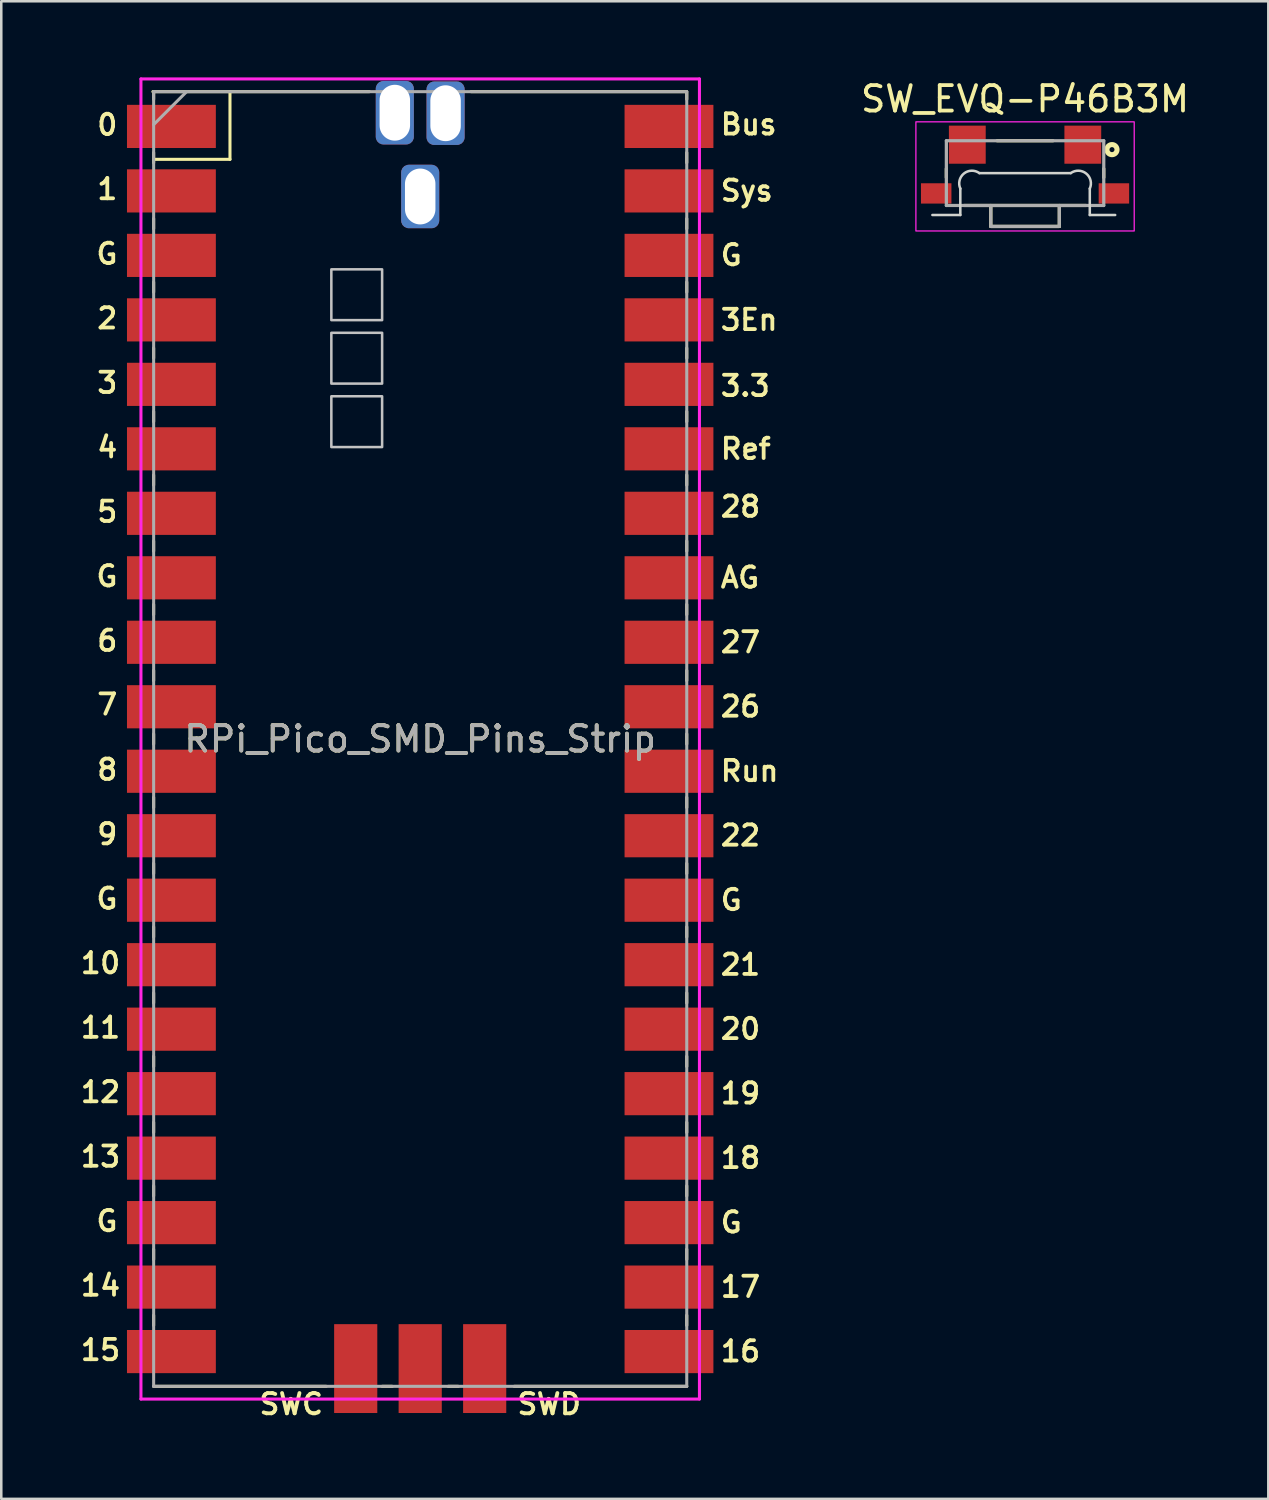
<source format=kicad_pcb>
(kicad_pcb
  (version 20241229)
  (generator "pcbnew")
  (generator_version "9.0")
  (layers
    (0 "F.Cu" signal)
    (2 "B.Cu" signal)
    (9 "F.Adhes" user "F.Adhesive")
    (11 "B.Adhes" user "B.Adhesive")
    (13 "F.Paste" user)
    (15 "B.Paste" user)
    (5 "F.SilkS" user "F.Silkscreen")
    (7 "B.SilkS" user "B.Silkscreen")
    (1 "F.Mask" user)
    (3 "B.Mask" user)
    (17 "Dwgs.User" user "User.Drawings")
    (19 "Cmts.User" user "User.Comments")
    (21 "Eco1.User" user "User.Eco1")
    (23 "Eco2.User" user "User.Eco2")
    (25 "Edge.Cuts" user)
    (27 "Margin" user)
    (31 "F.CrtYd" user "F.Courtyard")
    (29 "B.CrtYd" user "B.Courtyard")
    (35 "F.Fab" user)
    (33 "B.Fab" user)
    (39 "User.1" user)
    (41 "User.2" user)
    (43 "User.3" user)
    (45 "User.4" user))
  (footprint "SW_EVQ-P46B3M"
    (layer "F.Cu")
    (at 37.328 4.149)
    (property "Reference" "SW_EVQ-P46B3M" (at 0.00001 -3.3 0) (layer "F.SilkS") (effects (font (size 1.001 1.001) (thickness 0.15))))
    (attr smd)
    (fp_line (start -3.1 -0.205) (end -3.1 -0.555) (stroke (width 0.127) (type solid)) (layer "F.SilkS"))
    (fp_line (start -2.4 0.895) (end 2.4 0.895) (stroke (width 0.127) (type solid)) (layer "F.SilkS"))
    (fp_line (start -1.35 0.945) (end -1.35 1.72) (stroke (width 0.127) (type solid)) (layer "F.SilkS"))
    (fp_line (start -1.35 1.72) (end 1.35 1.72) (stroke (width 0.127) (type solid)) (layer "F.SilkS"))
    (fp_line (start -1.1 -1.655) (end 1.1 -1.655) (stroke (width 0.127) (type solid)) (layer "F.SilkS"))
    (fp_line (start 1.35 1.72) (end 1.35 0.945) (stroke (width 0.127) (type solid)) (layer "F.SilkS"))
    (fp_line (start 3.1 -0.205) (end 3.1 -0.555) (stroke (width 0.127) (type solid)) (layer "F.SilkS"))
    (fp_circle (center 3.424 -1.305) (end 3.523 -1.305) (stroke (width 0.2) (type solid)) (fill no) (layer "F.SilkS"))
    (fp_line (start -3.65 1.27) (end -2.55 1.27) (stroke (width 0.1) (type solid)) (layer "Edge.Cuts"))
    (fp_line (start -2.55 1.27) (end -2.55 0.23) (stroke (width 0.1) (type solid)) (layer "Edge.Cuts"))
    (fp_line (start -1.8 -0.38) (end 1.8 -0.38) (stroke (width 0.1) (type solid)) (layer "Edge.Cuts"))
    (fp_line (start 2.55 0.23) (end 2.55 1.27) (stroke (width 0.1) (type solid)) (layer "Edge.Cuts"))
    (fp_line (start 2.55 1.27) (end 3.55 1.27) (stroke (width 0.1) (type solid)) (layer "Edge.Cuts"))
    (fp_arc (start -2.549998 0.23) (mid -2.409034 -0.362746) (end -1.800001 -0.379999) (stroke (width 0.1) (type solid)) (layer "Edge.Cuts"))
    (fp_arc (start 1.799995 -0.380007) (mid 2.409033 -0.362751) (end 2.55 0.23) (stroke (width 0.1) (type solid)) (layer "Edge.Cuts"))
    (fp_rect (start -4.3 -2.4) (end 4.3 1.9) (stroke (width 0.05) (type default)) (fill no) (layer "F.CrtYd"))
    (fp_line (start -3.1 -1.655) (end 3.1 -1.655) (stroke (width 0.127) (type solid)) (layer "F.Fab"))
    (fp_line (start -3.1 0.895) (end -3.1 -1.655) (stroke (width 0.127) (type solid)) (layer "F.Fab"))
    (fp_line (start -1.35 1.72) (end -1.35 0.895) (stroke (width 0.127) (type solid)) (layer "F.Fab"))
    (fp_line (start 1.35 0.895) (end 1.35 1.72) (stroke (width 0.127) (type solid)) (layer "F.Fab"))
    (fp_line (start 1.35 1.72) (end -1.35 1.72) (stroke (width 0.127) (type solid)) (layer "F.Fab"))
    (fp_line (start 3.1 -1.655) (end 3.1 0.895) (stroke (width 0.127) (type solid)) (layer "F.Fab"))
    (fp_line (start 3.1 0.895) (end -3.1 0.895) (stroke (width 0.127) (type solid)) (layer "F.Fab"))
    (pad "1" smd rect (at 2.275 -1.5) (size 1.45 1.5) (layers "F.Cu" "F.Mask" "F.Paste"))
    (pad "2" smd rect (at -2.275 -1.5) (size 1.45 1.5) (layers "F.Cu" "F.Mask" "F.Paste"))
    (pad "MP" smd rect (at -3.5 0.42) (size 1.2 0.8) (layers "F.Cu" "F.Mask" "F.Paste"))
    (pad "MP" smd rect (at 3.5 0.42) (size 1.2 0.8) (layers "F.Cu" "F.Mask" "F.Paste")))
  (footprint "RPi_Pico_SMD_Pins_Strip"
    (layer "F.Cu")
    (at 13.502 26.06)
    (property "Reference" "RPi_Pico_SMD_Pins_Strip" (at 0 0 0) (layer "F.SilkS") (effects (font (size 1 1) (thickness 0.15))))
    (attr smd)
    (fp_line (start -10.5 -25.5) (end -10.5 -25.2) (stroke (width 0.12) (type solid)) (layer "F.SilkS"))
    (fp_line (start -10.5 -23.1) (end -10.5 -22.7) (stroke (width 0.12) (type solid)) (layer "F.SilkS"))
    (fp_line (start -10.5 -22.833) (end -7.493 -22.833) (stroke (width 0.12) (type solid)) (layer "F.SilkS"))
    (fp_line (start -10.5 -20.5) (end -10.5 -20.1) (stroke (width 0.12) (type solid)) (layer "F.SilkS"))
    (fp_line (start -10.5 -18) (end -10.5 -17.6) (stroke (width 0.12) (type solid)) (layer "F.SilkS"))
    (fp_line (start -10.5 -15.4) (end -10.5 -15) (stroke (width 0.12) (type solid)) (layer "F.SilkS"))
    (fp_line (start -10.5 -12.9) (end -10.5 -12.5) (stroke (width 0.12) (type solid)) (layer "F.SilkS"))
    (fp_line (start -10.5 -10.4) (end -10.5 -10) (stroke (width 0.12) (type solid)) (layer "F.SilkS"))
    (fp_line (start -10.5 -7.8) (end -10.5 -7.4) (stroke (width 0.12) (type solid)) (layer "F.SilkS"))
    (fp_line (start -10.5 -5.3) (end -10.5 -4.9) (stroke (width 0.12) (type solid)) (layer "F.SilkS"))
    (fp_line (start -10.5 -2.7) (end -10.5 -2.3) (stroke (width 0.12) (type solid)) (layer "F.SilkS"))
    (fp_line (start -10.5 -0.2) (end -10.5 0.2) (stroke (width 0.12) (type solid)) (layer "F.SilkS"))
    (fp_line (start -10.5 2.3) (end -10.5 2.7) (stroke (width 0.12) (type solid)) (layer "F.SilkS"))
    (fp_line (start -10.5 4.9) (end -10.5 5.3) (stroke (width 0.12) (type solid)) (layer "F.SilkS"))
    (fp_line (start -10.5 7.4) (end -10.5 7.8) (stroke (width 0.12) (type solid)) (layer "F.SilkS"))
    (fp_line (start -10.5 10) (end -10.5 10.4) (stroke (width 0.12) (type solid)) (layer "F.SilkS"))
    (fp_line (start -10.5 12.5) (end -10.5 12.9) (stroke (width 0.12) (type solid)) (layer "F.SilkS"))
    (fp_line (start -10.5 15.1) (end -10.5 15.5) (stroke (width 0.12) (type solid)) (layer "F.SilkS"))
    (fp_line (start -10.5 17.6) (end -10.5 18) (stroke (width 0.12) (type solid)) (layer "F.SilkS"))
    (fp_line (start -10.5 20.1) (end -10.5 20.5) (stroke (width 0.12) (type solid)) (layer "F.SilkS"))
    (fp_line (start -10.5 22.7) (end -10.5 23.1) (stroke (width 0.12) (type solid)) (layer "F.SilkS"))
    (fp_line (start -7.493 -22.833) (end -7.493 -25.5) (stroke (width 0.12) (type solid)) (layer "F.SilkS"))
    (fp_line (start -3.7 25.5) (end -10.5 25.5) (stroke (width 0.12) (type solid)) (layer "F.SilkS"))
    (fp_line (start -2 -25.5) (end -10.53 -25.5) (stroke (width 0.12) (type solid)) (layer "F.SilkS"))
    (fp_line (start -1.5 25.5) (end -1.1 25.5) (stroke (width 0.12) (type solid)) (layer "F.SilkS"))
    (fp_line (start 1.1 25.5) (end 1.5 25.5) (stroke (width 0.12) (type solid)) (layer "F.SilkS"))
    (fp_line (start 10.47 -25.5) (end 2 -25.5) (stroke (width 0.12) (type solid)) (layer "F.SilkS"))
    (fp_line (start 10.5 -25.5) (end 10.5 -25.2) (stroke (width 0.12) (type solid)) (layer "F.SilkS"))
    (fp_line (start 10.5 -23.1) (end 10.5 -22.7) (stroke (width 0.12) (type solid)) (layer "F.SilkS"))
    (fp_line (start 10.5 -20.5) (end 10.5 -20.1) (stroke (width 0.12) (type solid)) (layer "F.SilkS"))
    (fp_line (start 10.5 -18) (end 10.5 -17.6) (stroke (width 0.12) (type solid)) (layer "F.SilkS"))
    (fp_line (start 10.5 -15.4) (end 10.5 -15) (stroke (width 0.12) (type solid)) (layer "F.SilkS"))
    (fp_line (start 10.5 -12.9) (end 10.5 -12.5) (stroke (width 0.12) (type solid)) (layer "F.SilkS"))
    (fp_line (start 10.5 -10.4) (end 10.5 -10) (stroke (width 0.12) (type solid)) (layer "F.SilkS"))
    (fp_line (start 10.5 -7.8) (end 10.5 -7.4) (stroke (width 0.12) (type solid)) (layer "F.SilkS"))
    (fp_line (start 10.5 -5.3) (end 10.5 -4.9) (stroke (width 0.12) (type solid)) (layer "F.SilkS"))
    (fp_line (start 10.5 -2.7) (end 10.5 -2.3) (stroke (width 0.12) (type solid)) (layer "F.SilkS"))
    (fp_line (start 10.5 -0.2) (end 10.5 0.2) (stroke (width 0.12) (type solid)) (layer "F.SilkS"))
    (fp_line (start 10.5 2.3) (end 10.5 2.7) (stroke (width 0.12) (type solid)) (layer "F.SilkS"))
    (fp_line (start 10.5 4.9) (end 10.5 5.3) (stroke (width 0.12) (type solid)) (layer "F.SilkS"))
    (fp_line (start 10.5 7.4) (end 10.5 7.8) (stroke (width 0.12) (type solid)) (layer "F.SilkS"))
    (fp_line (start 10.5 10) (end 10.5 10.4) (stroke (width 0.12) (type solid)) (layer "F.SilkS"))
    (fp_line (start 10.5 12.5) (end 10.5 12.9) (stroke (width 0.12) (type solid)) (layer "F.SilkS"))
    (fp_line (start 10.5 15.1) (end 10.5 15.5) (stroke (width 0.12) (type solid)) (layer "F.SilkS"))
    (fp_line (start 10.5 17.6) (end 10.5 18) (stroke (width 0.12) (type solid)) (layer "F.SilkS"))
    (fp_line (start 10.5 20.1) (end 10.5 20.5) (stroke (width 0.12) (type solid)) (layer "F.SilkS"))
    (fp_line (start 10.5 22.7) (end 10.5 23.1) (stroke (width 0.12) (type solid)) (layer "F.SilkS"))
    (fp_line (start 10.5 25.5) (end 3.7 25.5) (stroke (width 0.12) (type solid)) (layer "F.SilkS"))
    (fp_poly (pts (xy -1.5 -16.5) (xy -3.5 -16.5) (xy -3.5 -18.5) (xy -1.5 -18.5)) (stroke (width 0.1) (type solid)) (fill no) (layer "Dwgs.User"))
    (fp_poly (pts (xy -1.5 -14) (xy -3.5 -14) (xy -3.5 -16) (xy -1.5 -16)) (stroke (width 0.1) (type solid)) (fill no) (layer "Dwgs.User"))
    (fp_poly (pts (xy -1.5 -11.5) (xy -3.5 -11.5) (xy -3.5 -13.5) (xy -1.5 -13.5)) (stroke (width 0.1) (type solid)) (fill no) (layer "Dwgs.User"))
    (fp_line (start -11 -26) (end 11 -26) (stroke (width 0.12) (type solid)) (layer "F.CrtYd"))
    (fp_line (start -11 26) (end -11 -26) (stroke (width 0.12) (type solid)) (layer "F.CrtYd"))
    (fp_line (start 11 -26) (end 11 26) (stroke (width 0.12) (type solid)) (layer "F.CrtYd"))
    (fp_line (start 11 26) (end -11 26) (stroke (width 0.12) (type solid)) (layer "F.CrtYd"))
    (fp_line (start -10.5 -25.5) (end 10.5 -25.5) (stroke (width 0.12) (type solid)) (layer "F.Fab"))
    (fp_line (start -10.5 -24.2) (end -9.2 -25.5) (stroke (width 0.12) (type solid)) (layer "F.Fab"))
    (fp_line (start -10.5 25.5) (end -10.5 -25.5) (stroke (width 0.12) (type solid)) (layer "F.Fab"))
    (fp_line (start 10.5 -25.5) (end 10.5 25.5) (stroke (width 0.12) (type solid)) (layer "F.Fab"))
    (fp_line (start 10.5 25.5) (end -10.5 25.5) (stroke (width 0.12) (type solid)) (layer "F.Fab"))
    (fp_text user "9" (at -12.326 3.749 0) (layer "F.SilkS") (effects (font (size 0.8 0.8) (thickness 0.15))))
    (fp_text user "G" (at 12.253 19.04 0) (layer "F.SilkS") (effects (font (size 0.8 0.8) (thickness 0.15))))
    (fp_text user "G" (at -12.339 -6.411 0) (layer "F.SilkS") (effects (font (size 0.8 0.8) (thickness 0.15))))
    (fp_text user "16" (at 12.615 24.12 0) (layer "F.SilkS") (effects (font (size 0.8 0.8) (thickness 0.15))))
    (fp_text user "G" (at -12.339 -19.111 0) (layer "F.SilkS") (effects (font (size 0.8 0.8) (thickness 0.15))))
    (fp_text user "8" (at -12.326 1.209 0) (layer "F.SilkS") (effects (font (size 0.8 0.8) (thickness 0.15))))
    (fp_text user "3.3" (at 12.805 -13.91 0) (layer "F.SilkS") (effects (font (size 0.8 0.8) (thickness 0.15))))
    (fp_text user "0" (at -12.326 -24.191 0) (layer "F.SilkS") (effects (font (size 0.8 0.8) (thickness 0.15))))
    (fp_text user "Ref" (at 12.824 -11.43 0) (layer "F.SilkS") (effects (font (size 0.8 0.8) (thickness 0.15))))
    (fp_text user "27" (at 12.615 -3.81 0) (layer "F.SilkS") (effects (font (size 0.8 0.8) (thickness 0.15))))
    (fp_text user "Sys" (at 12.862 -21.6 0) (layer "F.SilkS") (effects (font (size 0.8 0.8) (thickness 0.15))))
    (fp_text user "2" (at -12.326 -16.571 0) (layer "F.SilkS") (effects (font (size 0.8 0.8) (thickness 0.15))))
    (fp_text user "5" (at -12.326 -8.951 0) (layer "F.SilkS") (effects (font (size 0.8 0.8) (thickness 0.15))))
    (fp_text user "12" (at -12.595 13.909 0) (layer "F.SilkS") (effects (font (size 0.8 0.8) (thickness 0.15))))
    (fp_text user "6" (at -12.326 -3.871 0) (layer "F.SilkS") (effects (font (size 0.8 0.8) (thickness 0.15))))
    (fp_text user "G" (at 12.253 -19.06 0) (layer "F.SilkS") (effects (font (size 0.8 0.8) (thickness 0.15))))
    (fp_text user "26" (at 12.615 -1.28 0) (layer "F.SilkS") (effects (font (size 0.8 0.8) (thickness 0.15))))
    (fp_text user "Run" (at 12.976 1.26 0) (layer "F.SilkS") (effects (font (size 0.8 0.8) (thickness 0.15))))
    (fp_text user "13" (at -12.595 16.449 0) (layer "F.SilkS") (effects (font (size 0.8 0.8) (thickness 0.15))))
    (fp_text user "1" (at -12.326 -21.661 0) (layer "F.SilkS") (effects (font (size 0.8 0.8) (thickness 0.15))))
    (fp_text user "Bus" (at 12.938 -24.21 0) (layer "F.SilkS") (effects (font (size 0.8 0.8) (thickness 0.15))))
    (fp_text user "28" (at 12.615 -9.154 0) (layer "F.SilkS") (effects (font (size 0.8 0.8) (thickness 0.15))))
    (fp_text user "G" (at -12.339 18.989 0) (layer "F.SilkS") (effects (font (size 0.8 0.8) (thickness 0.15))))
    (fp_text user "SWC" (at -5.08 26.2 0) (layer "F.SilkS") (effects (font (size 0.8 0.8) (thickness 0.15))))
    (fp_text user "SWD" (at 5.08 26.2 0) (layer "F.SilkS") (effects (font (size 0.8 0.8) (thickness 0.15))))
    (fp_text user "19" (at 12.615 13.96 0) (layer "F.SilkS") (effects (font (size 0.8 0.8) (thickness 0.15))))
    (fp_text user "15" (at -12.595 24.069 0) (layer "F.SilkS") (effects (font (size 0.8 0.8) (thickness 0.15))))
    (fp_text user "21" (at 12.615 8.89 0) (layer "F.SilkS") (effects (font (size 0.8 0.8) (thickness 0.15))))
    (fp_text user "18" (at 12.615 16.5 0) (layer "F.SilkS") (effects (font (size 0.8 0.8) (thickness 0.15))))
    (fp_text user "22" (at 12.615 3.8 0) (layer "F.SilkS") (effects (font (size 0.8 0.8) (thickness 0.15))))
    (fp_text user "4" (at -12.326 -11.491 0) (layer "F.SilkS") (effects (font (size 0.8 0.8) (thickness 0.15))))
    (fp_text user "3" (at -12.326 -14.031 0) (layer "F.SilkS") (effects (font (size 0.8 0.8) (thickness 0.15))))
    (fp_text user "11" (at -12.595 11.369 0) (layer "F.SilkS") (effects (font (size 0.8 0.8) (thickness 0.15))))
    (fp_text user "G" (at -12.339 6.289 0) (layer "F.SilkS") (effects (font (size 0.8 0.8) (thickness 0.15))))
    (fp_text user "14" (at -12.595 21.529 0) (layer "F.SilkS") (effects (font (size 0.8 0.8) (thickness 0.15))))
    (fp_text user "AG" (at 12.595 -6.36 0) (layer "F.SilkS") (effects (font (size 0.8 0.8) (thickness 0.15))))
    (fp_text user "3En" (at 12.957 -16.51 0) (layer "F.SilkS") (effects (font (size 0.8 0.8) (thickness 0.15))))
    (fp_text user "20" (at 12.615 11.42 0) (layer "F.SilkS") (effects (font (size 0.8 0.8) (thickness 0.15))))
    (fp_text user "17" (at 12.615 21.58 0) (layer "F.SilkS") (effects (font (size 0.8 0.8) (thickness 0.15))))
    (fp_text user "G" (at 12.253 6.34 0) (layer "F.SilkS") (effects (font (size 0.8 0.8) (thickness 0.15))))
    (fp_text user "7" (at -12.326 -1.361 0) (layer "F.SilkS") (effects (font (size 0.8 0.8) (thickness 0.15))))
    (fp_text user "10" (at -12.595 8.829 0) (layer "F.SilkS") (effects (font (size 0.8 0.8) (thickness 0.15))))
    (fp_text user "${REFERENCE}" (at 0 0 180) (layer "F.Fab") (effects (font (size 1 1) (thickness 0.15))))
    (pad "1" smd rect (at -9.8 -24.13) (size 3.5 1.7) (layers "F.Cu" "F.Mask"))
    (pad "2" smd rect (at -9.8 -21.59) (size 3.5 1.7) (layers "F.Cu" "F.Mask"))
    (pad "3" smd rect (at -9.8 -19.05) (size 3.5 1.7) (layers "F.Cu" "F.Mask"))
    (pad "4" smd rect (at -9.8 -16.51) (size 3.5 1.7) (layers "F.Cu" "F.Mask"))
    (pad "5" smd rect (at -9.8 -13.97) (size 3.5 1.7) (layers "F.Cu" "F.Mask"))
    (pad "6" smd rect (at -9.8 -11.43) (size 3.5 1.7) (layers "F.Cu" "F.Mask"))
    (pad "7" smd rect (at -9.8 -8.89) (size 3.5 1.7) (layers "F.Cu" "F.Mask"))
    (pad "8" smd rect (at -9.8 -6.35) (size 3.5 1.7) (layers "F.Cu" "F.Mask"))
    (pad "9" smd rect (at -9.8 -3.81) (size 3.5 1.7) (layers "F.Cu" "F.Mask"))
    (pad "10" smd rect (at -9.8 -1.27) (size 3.5 1.7) (layers "F.Cu" "F.Mask"))
    (pad "11" smd rect (at -9.8 1.27) (size 3.5 1.7) (layers "F.Cu" "F.Mask"))
    (pad "12" smd rect (at -9.8 3.81) (size 3.5 1.7) (layers "F.Cu" "F.Mask"))
    (pad "13" smd rect (at -9.8 6.35) (size 3.5 1.7) (layers "F.Cu" "F.Mask"))
    (pad "14" smd rect (at -9.8 8.89) (size 3.5 1.7) (layers "F.Cu" "F.Mask"))
    (pad "15" smd rect (at -9.8 11.43) (size 3.5 1.7) (layers "F.Cu" "F.Mask"))
    (pad "16" smd rect (at -9.8 13.97) (size 3.5 1.7) (layers "F.Cu" "F.Mask"))
    (pad "17" smd rect (at -9.8 16.51) (size 3.5 1.7) (layers "F.Cu" "F.Mask"))
    (pad "18" smd rect (at -9.8 19.05) (size 3.5 1.7) (layers "F.Cu" "F.Mask"))
    (pad "19" smd rect (at -9.8 21.59) (size 3.5 1.7) (layers "F.Cu" "F.Mask"))
    (pad "20" smd rect (at -9.8 24.13) (size 3.5 1.7) (layers "F.Cu" "F.Mask"))
    (pad "21" smd rect (at 9.8 24.13) (size 3.5 1.7) (layers "F.Cu" "F.Mask"))
    (pad "22" smd rect (at 9.8 21.59) (size 3.5 1.7) (layers "F.Cu" "F.Mask"))
    (pad "23" smd rect (at 9.8 19.05) (size 3.5 1.7) (layers "F.Cu" "F.Mask"))
    (pad "24" smd rect (at 9.8 16.51) (size 3.5 1.7) (layers "F.Cu" "F.Mask"))
    (pad "25" smd rect (at 9.8 13.97) (size 3.5 1.7) (layers "F.Cu" "F.Mask"))
    (pad "26" smd rect (at 9.8 11.43) (size 3.5 1.7) (layers "F.Cu" "F.Mask"))
    (pad "27" smd rect (at 9.8 8.89) (size 3.5 1.7) (layers "F.Cu" "F.Mask"))
    (pad "28" smd rect (at 9.8 6.35) (size 3.5 1.7) (layers "F.Cu" "F.Mask"))
    (pad "29" smd rect (at 9.8 3.81) (size 3.5 1.7) (layers "F.Cu" "F.Mask"))
    (pad "30" smd rect (at 9.8 1.27) (size 3.5 1.7) (layers "F.Cu" "F.Mask"))
    (pad "31" smd rect (at 9.8 -1.27) (size 3.5 1.7) (layers "F.Cu" "F.Mask"))
    (pad "32" smd rect (at 9.8 -3.81) (size 3.5 1.7) (layers "F.Cu" "F.Mask"))
    (pad "33" smd rect (at 9.8 -6.35) (size 3.5 1.7) (layers "F.Cu" "F.Mask"))
    (pad "34" smd rect (at 9.8 -8.89) (size 3.5 1.7) (layers "F.Cu" "F.Mask"))
    (pad "35" smd rect (at 9.8 -11.43) (size 3.5 1.7) (layers "F.Cu" "F.Mask"))
    (pad "36" smd rect (at 9.8 -13.97) (size 3.5 1.7) (layers "F.Cu" "F.Mask"))
    (pad "37" smd rect (at 9.8 -16.51) (size 3.5 1.7) (layers "F.Cu" "F.Mask"))
    (pad "38" smd rect (at 9.8 -19.05) (size 3.5 1.7) (layers "F.Cu" "F.Mask"))
    (pad "39" smd rect (at 9.8 -21.59) (size 3.5 1.7) (layers "F.Cu" "F.Mask"))
    (pad "40" smd rect (at 9.8 -24.13) (size 3.5 1.7) (layers "F.Cu" "F.Mask"))
    (pad "41" smd rect (at -2.54 24.8 90) (size 3.5 1.7) (layers "F.Cu" "F.Mask"))
    (pad "42" smd rect (at 0 24.8 90) (size 3.5 1.7) (layers "F.Cu" "F.Mask"))
    (pad "43" smd rect (at 2.54 24.8 90) (size 3.5 1.7) (layers "F.Cu" "F.Mask"))
    (pad "TP1" thru_hole roundrect (at 0 -21.37) (size 1.5 2.5) (drill oval 1.2 2.2) (layers "*.Cu" "*.Mask") (roundrect_rratio 0.2))
    (pad "TP2" thru_hole roundrect (at 1 -24.65) (size 1.5 2.5) (drill oval 1.2 2.2) (layers "*.Cu" "*.Mask") (roundrect_rratio 0.2))
    (pad "TP3" thru_hole roundrect (at -1 -24.67) (size 1.5 2.5) (drill oval 1.2 2.2) (layers "*.Cu" "*.Mask") (roundrect_rratio 0.2)))
  (gr_rect
    (start -3 -3)
    (end 46.91 55.991)
    (stroke (width 0.1) (type default))
    (fill no)
    (layer "Edge.Cuts")))
</source>
